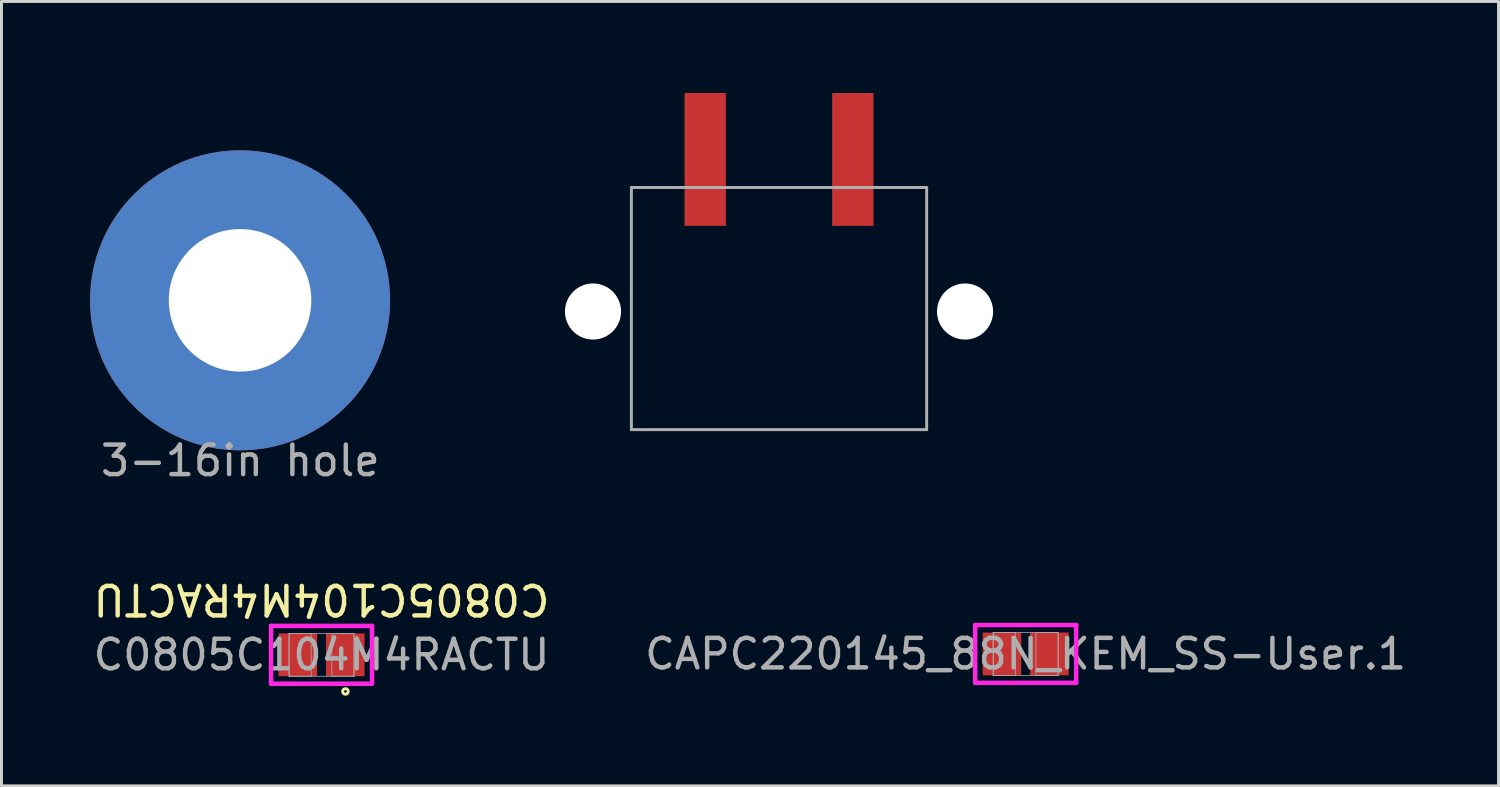
<source format=kicad_pcb>
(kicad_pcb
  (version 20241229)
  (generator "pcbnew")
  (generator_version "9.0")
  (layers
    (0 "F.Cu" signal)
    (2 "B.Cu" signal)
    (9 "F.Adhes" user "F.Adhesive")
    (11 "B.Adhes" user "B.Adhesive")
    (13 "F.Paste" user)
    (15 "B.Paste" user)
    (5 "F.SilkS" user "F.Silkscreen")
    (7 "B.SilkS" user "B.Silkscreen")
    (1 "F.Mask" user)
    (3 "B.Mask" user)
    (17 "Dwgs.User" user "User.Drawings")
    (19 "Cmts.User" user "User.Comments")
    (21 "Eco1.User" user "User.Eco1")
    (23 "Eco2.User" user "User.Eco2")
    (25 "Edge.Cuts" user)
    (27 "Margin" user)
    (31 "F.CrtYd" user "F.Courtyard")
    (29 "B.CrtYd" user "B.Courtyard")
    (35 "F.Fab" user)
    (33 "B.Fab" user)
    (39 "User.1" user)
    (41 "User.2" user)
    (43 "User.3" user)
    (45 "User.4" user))
  (footprint "CAPC220145_88N_KEM_SS-User.1"
    (layer "F.Cu")
    (at 31.685 19.097)
    (property "Reference" "CAPC220145_88N_KEM_SS-User.1" (at 0.01 -1.85 180) (unlocked yes) (layer "User.1") (effects (font (size 1 1) (thickness 0.15))))
    (attr smd)
    (fp_line (start -1.71 -0.979) (end 1.71 -0.979) (stroke (width 0.152) (type solid)) (layer "F.CrtYd"))
    (fp_line (start -1.71 0.979) (end -1.71 -0.979) (stroke (width 0.152) (type solid)) (layer "F.CrtYd"))
    (fp_line (start 1.71 -0.979) (end 1.71 0.979) (stroke (width 0.152) (type solid)) (layer "F.CrtYd"))
    (fp_line (start 1.71 0.979) (end -1.71 0.979) (stroke (width 0.152) (type solid)) (layer "F.CrtYd"))
    (fp_line (start -1.1 -0.725) (end -1.1 0.725) (stroke (width 0.025) (type solid)) (layer "F.Fab"))
    (fp_line (start -1.1 -0.725) (end -1.1 0.725) (stroke (width 0.025) (type solid)) (layer "F.Fab"))
    (fp_line (start -1.1 0.725) (end -0.35 0.725) (stroke (width 0.025) (type solid)) (layer "F.Fab"))
    (fp_line (start -1.1 0.725) (end 1.1 0.725) (stroke (width 0.025) (type solid)) (layer "F.Fab"))
    (fp_line (start -0.35 -0.725) (end -1.1 -0.725) (stroke (width 0.025) (type solid)) (layer "F.Fab"))
    (fp_line (start -0.35 0.725) (end -0.35 -0.725) (stroke (width 0.025) (type solid)) (layer "F.Fab"))
    (fp_line (start 0.35 -0.725) (end 0.35 0.725) (stroke (width 0.025) (type solid)) (layer "F.Fab"))
    (fp_line (start 0.35 0.725) (end 1.1 0.725) (stroke (width 0.025) (type solid)) (layer "F.Fab"))
    (fp_line (start 1.1 -0.725) (end -1.1 -0.725) (stroke (width 0.025) (type solid)) (layer "F.Fab"))
    (fp_line (start 1.1 -0.725) (end 0.35 -0.725) (stroke (width 0.025) (type solid)) (layer "F.Fab"))
    (fp_line (start 1.1 0.725) (end 1.1 -0.725) (stroke (width 0.025) (type solid)) (layer "F.Fab"))
    (fp_line (start 1.1 0.725) (end 1.1 -0.725) (stroke (width 0.025) (type solid)) (layer "F.Fab"))
    (fp_circle (center 0.8 1.27) (end 0.87 1.2) (stroke (width 0.2) (type solid)) (fill no) (layer "User.1"))
    (fp_text user "${REFERENCE}" (at 0 0 0) (unlocked yes) (layer "F.Fab") (effects (font (size 1 1) (thickness 0.15))))
    (pad "1" smd rect (at -0.803 0) (size 1.306 1.45) (layers "F.Cu" "F.Mask" "F.Paste"))
    (pad "2" smd rect (at 0.803 0) (size 1.306 1.45) (layers "F.Cu" "F.Mask" "F.Paste"))
    (zone (net_name "") (layer "F.Cu") (hatch full 0.508) (connect_pads) (min_thickness 0.254) (filled_areas_thickness no) (keepout (tracks not_allowed) (vias not_allowed) (pads allowed) (copperpour not_allowed) (footprints allowed)) (placement (enabled no)) (fill) (polygon (pts (xy 31.585 18.423) (xy 31.784 18.423) (xy 31.784 19.771) (xy 31.585 19.771)))))
  (footprint "691709710302_SS-User.1"
    (layer "F.Cu")
    (at 23.333 7.5)
    (property "Reference" "691709710302_SS-User.1" (at 0 -1.84 0) (layer "User.1") (effects (font (size 1 1) (thickness 0.15))))
    (attr smd)
    (fp_line (start -5 -4.2) (end 5 -4.2) (stroke (width 0.1) (type solid)) (layer "F.Fab"))
    (fp_line (start -5 4) (end -5 -4.2) (stroke (width 0.1) (type solid)) (layer "F.Fab"))
    (fp_line (start 5 -4.2) (end 5 4) (stroke (width 0.1) (type solid)) (layer "F.Fab"))
    (fp_line (start 5 4) (end -5 4) (stroke (width 0.1) (type solid)) (layer "F.Fab"))
    (fp_line (start -5.1 -4.3) (end -5.1 -0.7) (stroke (width 0.2) (type solid)) (layer "User.1"))
    (fp_line (start -5.1 0.7) (end -5.1 4.1) (stroke (width 0.2) (type solid)) (layer "User.1"))
    (fp_line (start -5.1 4.1) (end 5.1 4.1) (stroke (width 0.2) (type solid)) (layer "User.1"))
    (fp_line (start -3.5 -4.3) (end -5.1 -4.3) (stroke (width 0.2) (type solid)) (layer "User.1"))
    (fp_line (start -1.5 -4.3) (end 1.5 -4.3) (stroke (width 0.2) (type solid)) (layer "User.1"))
    (fp_line (start 5.1 -4.3) (end 3.5 -4.3) (stroke (width 0.2) (type solid)) (layer "User.1"))
    (fp_line (start 5.1 -0.7) (end 5.1 -4.3) (stroke (width 0.2) (type solid)) (layer "User.1"))
    (fp_line (start 5.1 4.1) (end 5.1 0.7) (stroke (width 0.2) (type solid)) (layer "User.1"))
    (fp_circle (center -3.8 -7.2) (end -3.7 -7.2) (stroke (width 0.4) (type solid)) (fill no) (layer "User.1"))
    (pad "" np_thru_hole circle (at -6.3 0) (size 1.9 1.9) (drill 1.9) (layers "*.Cu" "*.Mask"))
    (pad "" np_thru_hole circle (at 6.3 0) (size 1.9 1.9) (drill 1.9) (layers "*.Cu" "*.Mask"))
    (pad "1" smd rect (at -2.5 -5.15) (size 1.4 4.5) (layers "F.Cu" "F.Mask" "F.Paste"))
    (pad "2" smd rect (at 2.5 -5.15) (size 1.4 4.5) (layers "F.Cu" "F.Mask" "F.Paste")))
  (footprint "3-16in hole"
    (layer "F.Cu")
    (at 5.07 7.071)
    (property "Reference" "3-16in hole" (at 0 -6.31 0) (unlocked yes) (layer "User.1") (effects (font (size 1 1) (thickness 0.1))))
    (attr smd)
    (fp_text user "${REFERENCE}" (at 0.02 5.48 0) (unlocked yes) (layer "F.Fab") (effects (font (size 1 1) (thickness 0.15))))
    (pad "1" thru_hole circle (at 0.01 0.05) (size 10.16 10.16) (drill 4.826) (layers "*.Cu" "*.Mask")))
  (footprint "C0805C104M4RACTU"
    (layer "F.Cu")
    (at 7.839 19.127)
    (property "Reference" "C0805C104M4RACTU" (at 0 -1.88 180) (unlocked yes) (layer "F.SilkS") (effects (font (size 1 1) (thickness 0.15))))
    (attr smd)
    (fp_circle (center 0.81 1.24) (end 0.85 1.26) (stroke (width 0.1) (type default)) (fill no) (layer "F.SilkS"))
    (fp_line (start -1.71 -0.979) (end 1.71 -0.979) (stroke (width 0.152) (type solid)) (layer "F.CrtYd"))
    (fp_line (start -1.71 0.979) (end -1.71 -0.979) (stroke (width 0.152) (type solid)) (layer "F.CrtYd"))
    (fp_line (start 1.71 -0.979) (end 1.71 0.979) (stroke (width 0.152) (type solid)) (layer "F.CrtYd"))
    (fp_line (start 1.71 0.979) (end -1.71 0.979) (stroke (width 0.152) (type solid)) (layer "F.CrtYd"))
    (fp_line (start -1.1 -0.725) (end -1.1 0.725) (stroke (width 0.025) (type solid)) (layer "F.Fab"))
    (fp_line (start -1.1 -0.725) (end -1.1 0.725) (stroke (width 0.025) (type solid)) (layer "F.Fab"))
    (fp_line (start -1.1 0.725) (end -0.35 0.725) (stroke (width 0.025) (type solid)) (layer "F.Fab"))
    (fp_line (start -1.1 0.725) (end 1.1 0.725) (stroke (width 0.025) (type solid)) (layer "F.Fab"))
    (fp_line (start -0.35 -0.725) (end -1.1 -0.725) (stroke (width 0.025) (type solid)) (layer "F.Fab"))
    (fp_line (start -0.35 0.725) (end -0.35 -0.725) (stroke (width 0.025) (type solid)) (layer "F.Fab"))
    (fp_line (start 0.35 -0.725) (end 0.35 0.725) (stroke (width 0.025) (type solid)) (layer "F.Fab"))
    (fp_line (start 0.35 0.725) (end 1.1 0.725) (stroke (width 0.025) (type solid)) (layer "F.Fab"))
    (fp_line (start 1.1 -0.725) (end -1.1 -0.725) (stroke (width 0.025) (type solid)) (layer "F.Fab"))
    (fp_line (start 1.1 -0.725) (end 0.35 -0.725) (stroke (width 0.025) (type solid)) (layer "F.Fab"))
    (fp_line (start 1.1 0.725) (end 1.1 -0.725) (stroke (width 0.025) (type solid)) (layer "F.Fab"))
    (fp_line (start 1.1 0.725) (end 1.1 -0.725) (stroke (width 0.025) (type solid)) (layer "F.Fab"))
    (fp_text user "${REFERENCE}" (at 0 0 0) (unlocked yes) (layer "F.Fab") (effects (font (size 1 1) (thickness 0.15))))
    (pad "1" smd rect (at -0.803 0) (size 1.306 1.45) (layers "F.Cu" "F.Mask" "F.Paste"))
    (pad "2" smd rect (at 0.803 0) (size 1.306 1.45) (layers "F.Cu" "F.Mask" "F.Paste"))
    (zone (net_name "") (layer "F.Cu") (hatch full 0.508) (connect_pads) (min_thickness 0.254) (filled_areas_thickness no) (keepout (tracks not_allowed) (vias not_allowed) (pads allowed) (copperpour not_allowed) (footprints allowed)) (placement (enabled no)) (fill) (polygon (pts (xy 7.74 18.453) (xy 7.938 18.453) (xy 7.938 19.801) (xy 7.74 19.801)))))
  (gr_rect
    (start -3 -3)
    (end 47.7 23.566)
    (stroke (width 0.1) (type default))
    (fill no)
    (layer "Edge.Cuts")))
</source>
